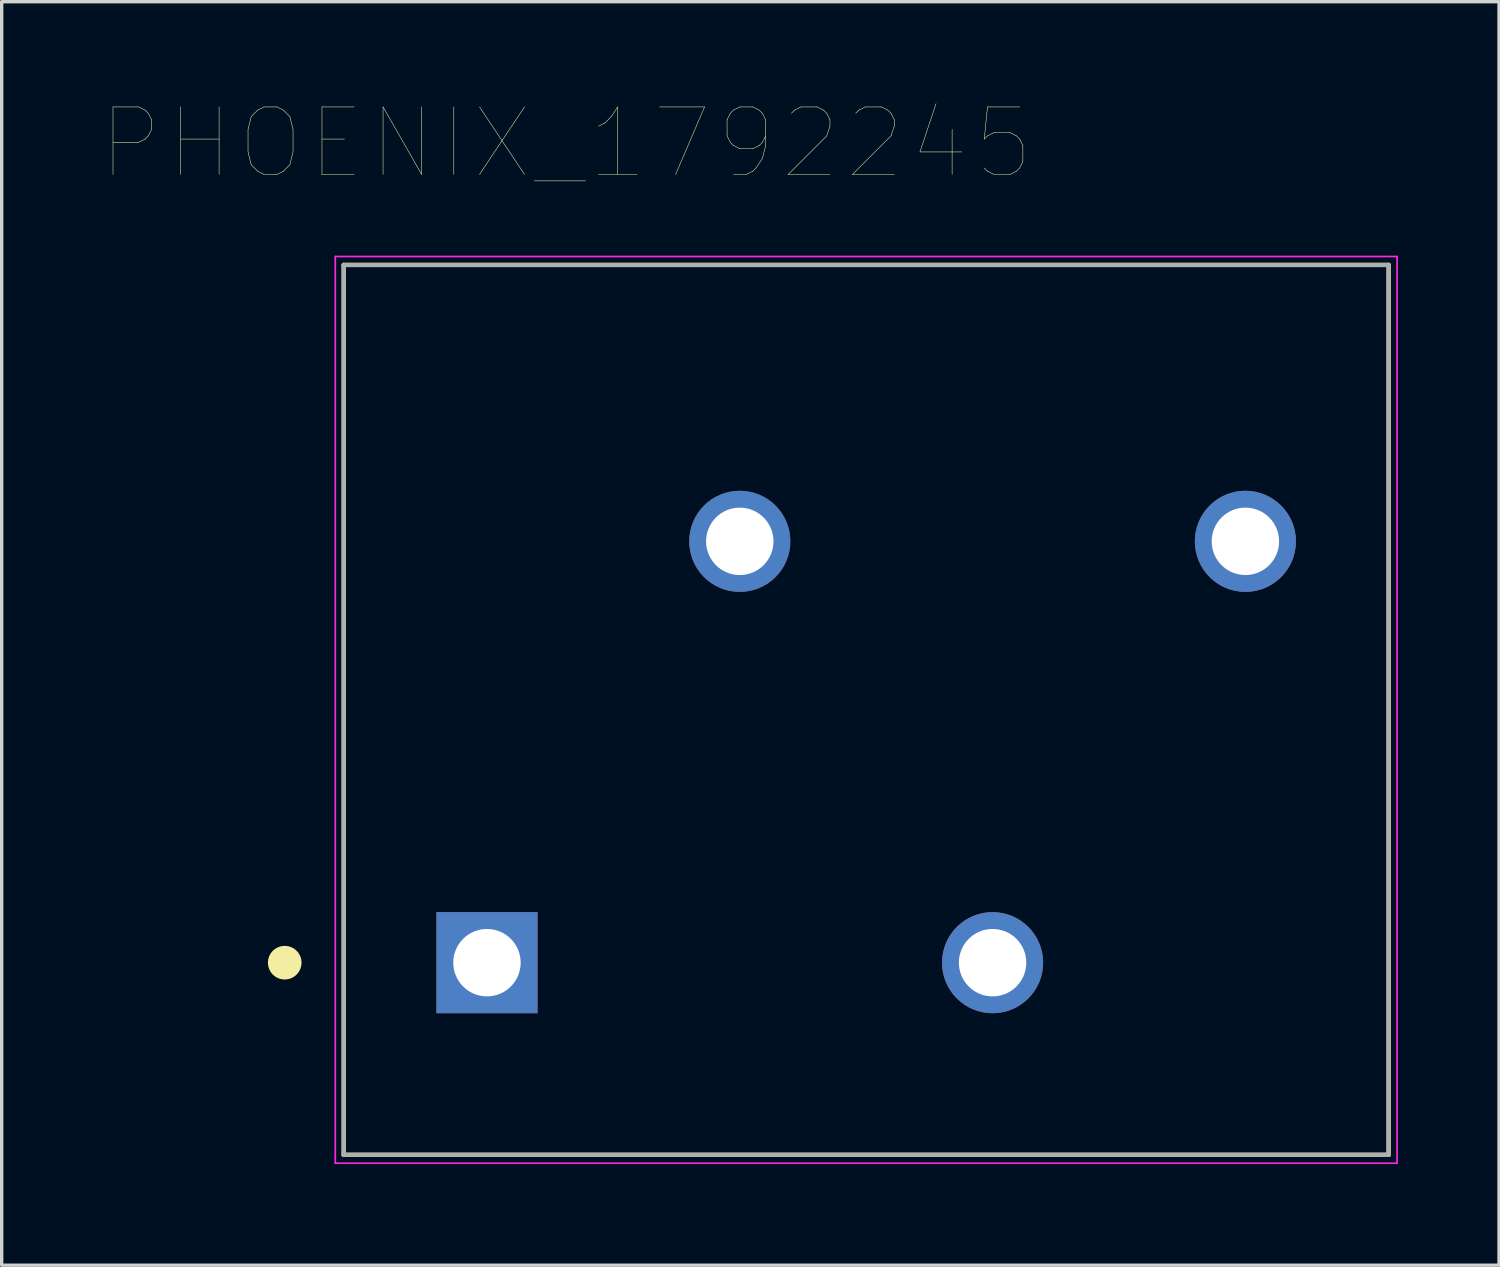
<source format=kicad_pcb>
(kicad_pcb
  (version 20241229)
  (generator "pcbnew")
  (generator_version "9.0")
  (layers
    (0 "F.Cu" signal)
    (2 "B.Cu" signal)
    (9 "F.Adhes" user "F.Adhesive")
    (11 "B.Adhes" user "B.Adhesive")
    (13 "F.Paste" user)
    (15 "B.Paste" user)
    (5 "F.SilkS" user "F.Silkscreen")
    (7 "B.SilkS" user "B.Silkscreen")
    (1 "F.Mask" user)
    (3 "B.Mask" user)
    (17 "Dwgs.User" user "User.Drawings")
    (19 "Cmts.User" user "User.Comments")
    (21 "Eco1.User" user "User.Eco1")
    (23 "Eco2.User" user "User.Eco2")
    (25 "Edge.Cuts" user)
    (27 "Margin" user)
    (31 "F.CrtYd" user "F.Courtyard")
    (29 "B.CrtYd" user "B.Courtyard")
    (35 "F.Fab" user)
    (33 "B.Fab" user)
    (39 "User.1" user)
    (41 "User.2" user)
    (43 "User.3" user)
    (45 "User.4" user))
  (footprint "PHOENIX_1792245"
    (layer "F.Cu")
    (at 11.397 25.51)
    (property "Reference" "PHOENIX_1792245" (at 2.354 -24.311 0) (layer "F.SilkS") (effects (font (size 2.003 2.003) (thickness 0.015))))
    (attr through_hole)
    (fp_line (start -4.25 -20.7) (end 26.75 -20.7) (stroke (width 0.127) (type solid)) (layer "F.SilkS"))
    (fp_line (start -4.25 5.7) (end -4.25 -20.7) (stroke (width 0.127) (type solid)) (layer "F.SilkS"))
    (fp_line (start 26.75 -20.7) (end 26.75 5.7) (stroke (width 0.127) (type solid)) (layer "F.SilkS"))
    (fp_line (start 26.75 5.7) (end -4.25 5.7) (stroke (width 0.127) (type solid)) (layer "F.SilkS"))
    (fp_circle (center -6 0) (end -5.75 0) (stroke (width 0.5) (type solid)) (fill no) (layer "F.SilkS"))
    (fp_line (start -4.5 -20.95) (end 27 -20.95) (stroke (width 0.05) (type solid)) (layer "F.CrtYd"))
    (fp_line (start -4.5 5.95) (end -4.5 -20.95) (stroke (width 0.05) (type solid)) (layer "F.CrtYd"))
    (fp_line (start 27 -20.95) (end 27 5.95) (stroke (width 0.05) (type solid)) (layer "F.CrtYd"))
    (fp_line (start 27 5.95) (end -4.5 5.95) (stroke (width 0.05) (type solid)) (layer "F.CrtYd"))
    (fp_line (start -4.25 -20.7) (end 26.75 -20.7) (stroke (width 0.127) (type solid)) (layer "F.Fab"))
    (fp_line (start -4.25 5.7) (end -4.25 -20.7) (stroke (width 0.127) (type solid)) (layer "F.Fab"))
    (fp_line (start 26.75 -20.7) (end 26.75 5.7) (stroke (width 0.127) (type solid)) (layer "F.Fab"))
    (fp_line (start 26.75 5.7) (end -4.25 5.7) (stroke (width 0.127) (type solid)) (layer "F.Fab"))
    (pad "1" thru_hole rect (at 0 0) (size 3 3) (drill 2) (layers "*.Cu" "*.Mask"))
    (pad "2" thru_hole circle (at 7.5 -12.5) (size 3 3) (drill 2) (layers "*.Cu" "*.Mask"))
    (pad "3" thru_hole circle (at 15 0) (size 3 3) (drill 2) (layers "*.Cu" "*.Mask"))
    (pad "4" thru_hole circle (at 22.5 -12.5) (size 3 3) (drill 2) (layers "*.Cu" "*.Mask")))
  (gr_rect
    (start -3 -3)
    (end 41.422 34.485)
    (stroke (width 0.1) (type default))
    (fill no)
    (layer "Edge.Cuts")))
</source>
